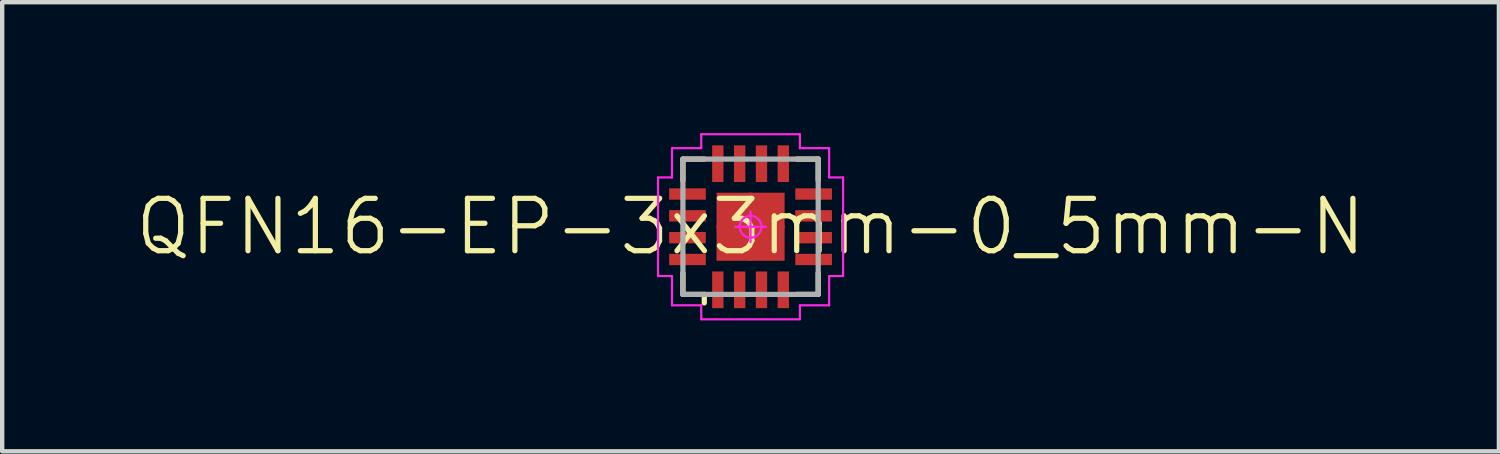
<source format=kicad_pcb>
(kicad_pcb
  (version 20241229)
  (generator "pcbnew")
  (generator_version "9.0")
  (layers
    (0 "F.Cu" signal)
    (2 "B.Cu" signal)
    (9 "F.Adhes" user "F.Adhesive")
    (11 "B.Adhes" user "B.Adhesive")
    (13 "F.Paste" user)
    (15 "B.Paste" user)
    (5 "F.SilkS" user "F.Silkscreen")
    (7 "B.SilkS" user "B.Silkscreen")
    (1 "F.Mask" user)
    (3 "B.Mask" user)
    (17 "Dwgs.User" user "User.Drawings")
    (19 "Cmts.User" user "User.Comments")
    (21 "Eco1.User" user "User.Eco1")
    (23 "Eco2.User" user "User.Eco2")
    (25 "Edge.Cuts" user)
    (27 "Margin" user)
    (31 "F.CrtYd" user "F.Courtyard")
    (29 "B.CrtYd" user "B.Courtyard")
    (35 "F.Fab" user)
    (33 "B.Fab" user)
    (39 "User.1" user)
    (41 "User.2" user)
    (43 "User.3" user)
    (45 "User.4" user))
  (footprint "QFN16-EP-3x3mm-0_5mm-N"
    (layer "F.Cu")
    (at 14.146 2.145)
    (property "Reference" "QFN16-EP-3x3mm-0_5mm-N" (at 0 0 0) (layer "F.SilkS") (effects (font (size 1.2 1.2) (thickness 0.12))))
    (attr smd)
    (fp_line (start -1.55 -1.55) (end -1.55 -1.06) (stroke (width 0.12) (type solid)) (layer "F.SilkS"))
    (fp_line (start -1.55 1.55) (end -1.55 1.06) (stroke (width 0.12) (type solid)) (layer "F.SilkS"))
    (fp_line (start -1.06 -1.55) (end -1.55 -1.55) (stroke (width 0.12) (type solid)) (layer "F.SilkS"))
    (fp_line (start -1.06 1.55) (end -1.55 1.55) (stroke (width 0.12) (type solid)) (layer "F.SilkS"))
    (fp_line (start -1.06 1.55) (end -1.06 1.745) (stroke (width 0.12) (type solid)) (layer "F.SilkS"))
    (fp_line (start 1.06 -1.55) (end 1.55 -1.55) (stroke (width 0.12) (type solid)) (layer "F.SilkS"))
    (fp_line (start 1.06 1.55) (end 1.55 1.55) (stroke (width 0.12) (type solid)) (layer "F.SilkS"))
    (fp_line (start 1.55 -1.55) (end 1.55 -1.06) (stroke (width 0.12) (type solid)) (layer "F.SilkS"))
    (fp_line (start 1.55 1.55) (end 1.55 1.06) (stroke (width 0.12) (type solid)) (layer "F.SilkS"))
    (fp_line (start -2.12 -1.13) (end -2.12 1.13) (stroke (width 0.05) (type solid)) (layer "F.CrtYd"))
    (fp_line (start -2.12 1.13) (end -1.8 1.13) (stroke (width 0.05) (type solid)) (layer "F.CrtYd"))
    (fp_line (start -1.8 -1.8) (end -1.8 -1.13) (stroke (width 0.05) (type solid)) (layer "F.CrtYd"))
    (fp_line (start -1.8 -1.13) (end -2.12 -1.13) (stroke (width 0.05) (type solid)) (layer "F.CrtYd"))
    (fp_line (start -1.8 1.13) (end -1.8 1.8) (stroke (width 0.05) (type solid)) (layer "F.CrtYd"))
    (fp_line (start -1.8 1.8) (end -1.13 1.8) (stroke (width 0.05) (type solid)) (layer "F.CrtYd"))
    (fp_line (start -1.13 -2.12) (end -1.13 -1.8) (stroke (width 0.05) (type solid)) (layer "F.CrtYd"))
    (fp_line (start -1.13 -1.8) (end -1.8 -1.8) (stroke (width 0.05) (type solid)) (layer "F.CrtYd"))
    (fp_line (start -1.13 1.8) (end -1.13 2.12) (stroke (width 0.05) (type solid)) (layer "F.CrtYd"))
    (fp_line (start -1.13 2.12) (end 1.13 2.12) (stroke (width 0.05) (type solid)) (layer "F.CrtYd"))
    (fp_line (start -0.35 0) (end 0.35 0) (stroke (width 0.05) (type solid)) (layer "F.CrtYd"))
    (fp_line (start 0 -0.35) (end 0 0.35) (stroke (width 0.05) (type solid)) (layer "F.CrtYd"))
    (fp_line (start 1.13 -2.12) (end -1.13 -2.12) (stroke (width 0.05) (type solid)) (layer "F.CrtYd"))
    (fp_line (start 1.13 -1.8) (end 1.13 -2.12) (stroke (width 0.05) (type solid)) (layer "F.CrtYd"))
    (fp_line (start 1.13 1.8) (end 1.8 1.8) (stroke (width 0.05) (type solid)) (layer "F.CrtYd"))
    (fp_line (start 1.13 2.12) (end 1.13 1.8) (stroke (width 0.05) (type solid)) (layer "F.CrtYd"))
    (fp_line (start 1.8 -1.8) (end 1.13 -1.8) (stroke (width 0.05) (type solid)) (layer "F.CrtYd"))
    (fp_line (start 1.8 -1.13) (end 1.8 -1.8) (stroke (width 0.05) (type solid)) (layer "F.CrtYd"))
    (fp_line (start 1.8 1.13) (end 2.12 1.13) (stroke (width 0.05) (type solid)) (layer "F.CrtYd"))
    (fp_line (start 1.8 1.8) (end 1.8 1.13) (stroke (width 0.05) (type solid)) (layer "F.CrtYd"))
    (fp_line (start 2.12 -1.13) (end 1.8 -1.13) (stroke (width 0.05) (type solid)) (layer "F.CrtYd"))
    (fp_line (start 2.12 1.13) (end 2.12 -1.13) (stroke (width 0.05) (type solid)) (layer "F.CrtYd"))
    (fp_circle (center 0 0) (end 0 0.25) (stroke (width 0.05) (type solid)) (fill no) (layer "F.CrtYd"))
    (fp_line (start -1.55 -1.55) (end 1.55 -1.55) (stroke (width 0.12) (type solid)) (layer "F.Fab"))
    (fp_line (start -1.55 1.55) (end -1.55 -1.55) (stroke (width 0.12) (type solid)) (layer "F.Fab"))
    (fp_line (start 1.55 -1.55) (end 1.55 1.55) (stroke (width 0.12) (type solid)) (layer "F.Fab"))
    (fp_line (start 1.55 1.55) (end -1.55 1.55) (stroke (width 0.12) (type solid)) (layer "F.Fab"))
    (pad "1" smd rect (at -0.75 1.445 90) (size 0.84 0.26) (layers "F.Cu" "F.Mask" "F.Paste"))
    (pad "2" smd rect (at -0.25 1.445 90) (size 0.84 0.26) (layers "F.Cu" "F.Mask" "F.Paste"))
    (pad "3" smd rect (at 0.25 1.445 90) (size 0.84 0.26) (layers "F.Cu" "F.Mask" "F.Paste"))
    (pad "4" smd rect (at 0.75 1.445 90) (size 0.84 0.26) (layers "F.Cu" "F.Mask" "F.Paste"))
    (pad "5" smd rect (at 1.445 0.75) (size 0.84 0.26) (layers "F.Cu" "F.Mask" "F.Paste"))
    (pad "6" smd rect (at 1.445 0.25) (size 0.84 0.26) (layers "F.Cu" "F.Mask" "F.Paste"))
    (pad "7" smd rect (at 1.445 -0.25) (size 0.84 0.26) (layers "F.Cu" "F.Mask" "F.Paste"))
    (pad "8" smd rect (at 1.445 -0.75) (size 0.84 0.26) (layers "F.Cu" "F.Mask" "F.Paste"))
    (pad "9" smd rect (at 0.75 -1.445 90) (size 0.84 0.26) (layers "F.Cu" "F.Mask" "F.Paste"))
    (pad "10" smd rect (at 0.25 -1.445 90) (size 0.84 0.26) (layers "F.Cu" "F.Mask" "F.Paste"))
    (pad "11" smd rect (at -0.25 -1.445 90) (size 0.84 0.26) (layers "F.Cu" "F.Mask" "F.Paste"))
    (pad "12" smd rect (at -0.75 -1.445 90) (size 0.84 0.26) (layers "F.Cu" "F.Mask" "F.Paste"))
    (pad "13" smd rect (at -1.445 -0.75) (size 0.84 0.26) (layers "F.Cu" "F.Mask" "F.Paste"))
    (pad "14" smd rect (at -1.445 -0.25) (size 0.84 0.26) (layers "F.Cu" "F.Mask" "F.Paste"))
    (pad "15" smd rect (at -1.445 0.25) (size 0.84 0.26) (layers "F.Cu" "F.Mask" "F.Paste"))
    (pad "16" smd rect (at -1.445 0.75) (size 0.84 0.26) (layers "F.Cu" "F.Mask" "F.Paste"))
    (pad "17" smd rect (at -0.37 -0.37) (size 0.82 0.82) (layers "F.Cu" "F.Mask" "F.Paste"))
    (pad "17" smd rect (at -0.37 0.37) (size 0.82 0.82) (layers "F.Cu" "F.Mask" "F.Paste"))
    (pad "17" smd rect (at 0.37 -0.37) (size 0.82 0.82) (layers "F.Cu" "F.Mask" "F.Paste"))
    (pad "17" smd rect (at 0.37 0.37) (size 0.82 0.82) (layers "F.Cu" "F.Mask" "F.Paste")))
  (gr_rect
    (start -3 -3)
    (end 31.291 7.29)
    (stroke (width 0.1) (type default))
    (fill no)
    (layer "Edge.Cuts")))
</source>
